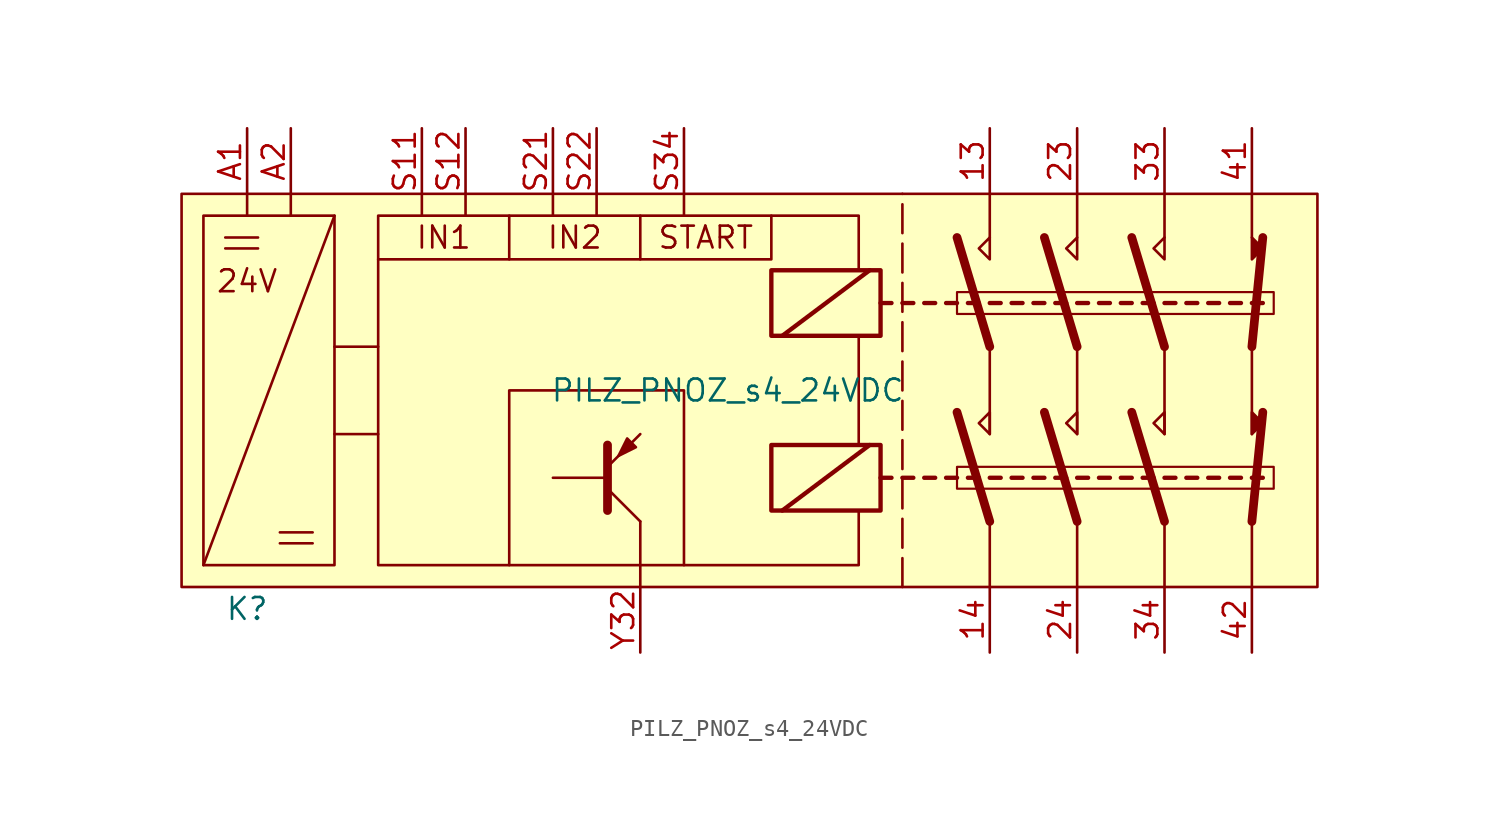
<source format=kicad_sym>
(kicad_symbol_lib
  (version 20241209)
  (generator "kicad_symbol_editor")
  (generator_version "9.0")
  (symbol "PILZ_PNOZ_s4_24VDC"
    (property "Reference" "K"
      (at -27.94 -12.7 0)
      (effects (font (size 1.27 1.27))))
    (property "Value" "PILZ_PNOZ_s4_24VDC"
      (at 0 0 0)
      (effects (font (size 1.27 1.27))))
    (symbol "PILZ_PNOZ_s4_24VDC_0_1"
      (polyline (pts (xy -30.48 -10.16) (xy -22.86 10.16)) (stroke (width 0) (type default)) (fill (type none)))
      (polyline (pts (xy -29.21 8.89) (xy -27.305 8.89)) (stroke (width 0) (type default)) (fill (type none)))
      (polyline (pts (xy -29.21 8.255) (xy -27.305 8.255)) (stroke (width 0) (type default)) (fill (type none)))
      (polyline (pts (xy -27.94 11.43) (xy -27.94 10.16)) (stroke (width 0) (type default)) (fill (type none)))
      (polyline (pts (xy -25.4 11.43) (xy -25.4 10.16)) (stroke (width 0) (type default)) (fill (type none)))
      (polyline (pts (xy -24.13 -8.255) (xy -26.035 -8.255)) (stroke (width 0) (type default)) (fill (type none)))
      (polyline (pts (xy -24.13 -8.89) (xy -26.035 -8.89)) (stroke (width 0) (type default)) (fill (type none)))
      (polyline (pts (xy -22.86 2.54) (xy -20.32 2.54)) (stroke (width 0) (type default)) (fill (type none)))
      (polyline (pts (xy -22.86 -2.54) (xy -20.32 -2.54)) (stroke (width 0) (type default)) (fill (type none)))
      (polyline (pts (xy -20.32 7.62) (xy 2.54 7.62) (xy 2.54 10.16)) (stroke (width 0) (type default)) (fill (type none)))
      (polyline (pts (xy -17.78 11.43) (xy -17.78 10.16)) (stroke (width 0) (type default)) (fill (type none)))
      (polyline (pts (xy -15.24 11.43) (xy -15.24 10.16)) (stroke (width 0) (type default)) (fill (type none)))
      (polyline (pts (xy -12.7 10.16) (xy -12.7 7.62)) (stroke (width 0) (type default)) (fill (type none)))
      (polyline (pts (xy -12.7 -10.16) (xy -12.7 0) (xy -2.54 0) (xy -2.54 -10.16)) (stroke (width 0) (type default)) (fill (type none)))
      (polyline (pts (xy -10.16 11.43) (xy -10.16 10.16)) (stroke (width 0) (type default)) (fill (type none)))
      (polyline (pts (xy -10.16 -5.08) (xy -6.985 -5.08)) (stroke (width 0) (type default)) (fill (type none)))
      (polyline (pts (xy -7.62 11.43) (xy -7.62 10.16)) (stroke (width 0) (type default)) (fill (type none)))
      (polyline (pts (xy -6.985 -4.445) (xy -5.08 -2.54)) (stroke (width 0) (type default)) (fill (type none)))
      (polyline (pts (xy -6.985 -5.715) (xy -5.08 -7.62)) (stroke (width 0) (type default)) (fill (type none)))
      (polyline (pts (xy -6.985 -6.985) (xy -6.985 -3.175)) (stroke (width 0.508) (type default)) (fill (type none)))
      (polyline (pts (xy -5.334 -3.302) (xy -5.842 -2.794) (xy -6.35 -3.81) (xy -5.334 -3.302)) (stroke (width 0) (type default)) (fill (type outline)))
      (polyline (pts (xy -5.08 10.16) (xy -5.08 7.62)) (stroke (width 0) (type default)) (fill (type none)))
      (polyline (pts (xy -5.08 -7.62) (xy -5.08 -10.16)) (stroke (width 0) (type default)) (fill (type none)))
      (polyline (pts (xy -5.08 -11.43) (xy -5.08 -10.16)) (stroke (width 0) (type default)) (fill (type none)))
      (polyline (pts (xy -2.54 11.43) (xy -2.54 10.16)) (stroke (width 0) (type default)) (fill (type none)))
      (polyline (pts (xy 7.62 6.985) (xy 7.62 10.16) (xy -20.32 10.16) (xy -20.32 -10.16) (xy 7.62 -10.16) (xy 7.62 -6.985)) (stroke (width 0) (type default)) (fill (type none)))
      (polyline (pts (xy 7.62 -3.175) (xy 7.62 3.175)) (stroke (width 0) (type default)) (fill (type none)))
      (polyline (pts (xy 8.89 5.08) (xy 9.525 5.08)) (stroke (width 0.254) (type default)) (fill (type none)))
      (polyline (pts (xy 8.89 -5.08) (xy 9.525 -5.08)) (stroke (width 0.254) (type default)) (fill (type none)))
      (polyline (pts (xy 10.16 5.08) (xy 10.795 5.08)) (stroke (width 0.254) (type default)) (fill (type none)))
      (polyline (pts (xy 10.16 -5.08) (xy 10.795 -5.08)) (stroke (width 0.254) (type default)) (fill (type none)))
      (polyline (pts (xy 11.43 5.08) (xy 12.065 5.08)) (stroke (width 0.254) (type default)) (fill (type none)))
      (polyline (pts (xy 11.43 -5.08) (xy 12.065 -5.08)) (stroke (width 0.254) (type default)) (fill (type none)))
      (polyline (pts (xy 12.7 5.08) (xy 13.335 5.08)) (stroke (width 0.254) (type default)) (fill (type none)))
      (polyline (pts (xy 12.7 -5.08) (xy 13.335 -5.08)) (stroke (width 0.254) (type default)) (fill (type none)))
      (rectangle (start 13.335 5.715) (end 31.75 4.445) (stroke (width 0.127) (type solid)) (fill (type none)))
      (rectangle (start 13.335 -4.445) (end 31.75 -5.715) (stroke (width 0.127) (type solid)) (fill (type none)))
      (polyline (pts (xy 13.97 5.08) (xy 14.605 5.08)) (stroke (width 0.254) (type default)) (fill (type none)))
      (polyline (pts (xy 13.97 -5.08) (xy 14.605 -5.08)) (stroke (width 0.254) (type default)) (fill (type none)))
      (polyline (pts (xy 15.24 8.89) (xy 15.24 11.43)) (stroke (width 0) (type default)) (fill (type none)))
      (polyline (pts (xy 15.24 5.08) (xy 15.875 5.08)) (stroke (width 0.254) (type default)) (fill (type none)))
      (polyline (pts (xy 15.24 -5.08) (xy 15.875 -5.08)) (stroke (width 0.254) (type default)) (fill (type none)))
      (polyline (pts (xy 15.24 -11.43) (xy 15.24 -7.62)) (stroke (width 0) (type default)) (fill (type none)))
      (polyline (pts (xy 16.51 5.08) (xy 17.145 5.08)) (stroke (width 0.254) (type default)) (fill (type none)))
      (polyline (pts (xy 16.51 -5.08) (xy 17.145 -5.08)) (stroke (width 0.254) (type default)) (fill (type none)))
      (polyline (pts (xy 17.78 5.08) (xy 18.415 5.08)) (stroke (width 0.254) (type default)) (fill (type none)))
      (polyline (pts (xy 17.78 -5.08) (xy 18.415 -5.08)) (stroke (width 0.254) (type default)) (fill (type none)))
      (polyline (pts (xy 19.05 5.08) (xy 19.685 5.08)) (stroke (width 0.254) (type default)) (fill (type none)))
      (polyline (pts (xy 19.05 -5.08) (xy 19.685 -5.08)) (stroke (width 0.254) (type default)) (fill (type none)))
      (polyline (pts (xy 20.32 8.89) (xy 20.32 11.43)) (stroke (width 0) (type default)) (fill (type none)))
      (polyline (pts (xy 20.32 5.08) (xy 20.955 5.08)) (stroke (width 0.254) (type default)) (fill (type none)))
      (polyline (pts (xy 20.32 -5.08) (xy 20.955 -5.08)) (stroke (width 0.254) (type default)) (fill (type none)))
      (polyline (pts (xy 20.32 -11.43) (xy 20.32 -7.62)) (stroke (width 0) (type default)) (fill (type none)))
      (polyline (pts (xy 21.59 5.08) (xy 22.225 5.08)) (stroke (width 0.254) (type default)) (fill (type none)))
      (polyline (pts (xy 21.59 -5.08) (xy 22.225 -5.08)) (stroke (width 0.254) (type default)) (fill (type none)))
      (polyline (pts (xy 22.86 5.08) (xy 23.495 5.08)) (stroke (width 0.254) (type default)) (fill (type none)))
      (polyline (pts (xy 22.86 -5.08) (xy 23.495 -5.08)) (stroke (width 0.254) (type default)) (fill (type none)))
      (polyline (pts (xy 24.13 5.08) (xy 24.765 5.08)) (stroke (width 0.254) (type default)) (fill (type none)))
      (polyline (pts (xy 24.13 -5.08) (xy 24.765 -5.08)) (stroke (width 0.254) (type default)) (fill (type none)))
      (polyline (pts (xy 25.4 8.89) (xy 25.4 11.43)) (stroke (width 0) (type default)) (fill (type none)))
      (polyline (pts (xy 25.4 5.08) (xy 26.035 5.08)) (stroke (width 0.254) (type default)) (fill (type none)))
      (polyline (pts (xy 25.4 -5.08) (xy 26.035 -5.08)) (stroke (width 0.254) (type default)) (fill (type none)))
      (polyline (pts (xy 25.4 -11.43) (xy 25.4 -7.62)) (stroke (width 0) (type default)) (fill (type none)))
      (polyline (pts (xy 26.67 5.08) (xy 27.305 5.08)) (stroke (width 0.254) (type default)) (fill (type none)))
      (polyline (pts (xy 26.67 -5.08) (xy 27.305 -5.08)) (stroke (width 0.254) (type default)) (fill (type none)))
      (polyline (pts (xy 27.94 5.08) (xy 28.575 5.08)) (stroke (width 0.254) (type default)) (fill (type none)))
      (polyline (pts (xy 27.94 -5.08) (xy 28.575 -5.08)) (stroke (width 0.254) (type default)) (fill (type none)))
      (polyline (pts (xy 29.21 5.08) (xy 29.845 5.08)) (stroke (width 0.254) (type default)) (fill (type none)))
      (polyline (pts (xy 29.21 -5.08) (xy 29.845 -5.08)) (stroke (width 0.254) (type default)) (fill (type none)))
      (polyline (pts (xy 30.48 8.89) (xy 30.48 11.43)) (stroke (width 0) (type default)) (fill (type none)))
      (polyline (pts (xy 30.48 5.08) (xy 31.115 5.08)) (stroke (width 0.254) (type default)) (fill (type none)))
      (polyline (pts (xy 30.48 -5.08) (xy 31.115 -5.08)) (stroke (width 0.254) (type default)) (fill (type none)))
      (polyline (pts (xy 30.48 -11.43) (xy 30.48 -7.62)) (stroke (width 0) (type default)) (fill (type none))))
    (symbol "PILZ_PNOZ_s4_24VDC_1_1"
      (rectangle (start -31.75 11.43) (end 34.29 -11.43) (stroke (width 0) (type solid)) (fill (type background)))
      (rectangle (start -30.48 10.16) (end -22.86 -10.16) (stroke (width 0) (type default)) (fill (type none)))
      (rectangle (start 2.54 6.985) (end 8.89 3.175) (stroke (width 0.254) (type default)) (fill (type none)))
      (rectangle (start 2.54 -3.175) (end 8.89 -6.985) (stroke (width 0.254) (type solid)) (fill (type none)))
      (polyline (pts (xy 8.255 6.985) (xy 3.175 3.175)) (stroke (width 0.254) (type default)) (fill (type none)))
      (polyline (pts (xy 8.255 -3.175) (xy 3.175 -6.985)) (stroke (width 0.254) (type default)) (fill (type none)))
      (polyline (pts (xy 10.16 -11.43) (xy 10.16 11.43)) (stroke (width 0) (type dash)) (fill (type none)))
      (polyline (pts (xy 15.24 7.62) (xy 14.605 8.255) (xy 15.24 8.89) (xy 15.24 7.62)) (stroke (width 0) (type default)) (fill (type none)))
      (polyline (pts (xy 15.24 2.54) (xy 13.335 8.89)) (stroke (width 0.508) (type default)) (fill (type none)))
      (polyline (pts (xy 15.24 2.54) (xy 15.24 -2.54)) (stroke (width 0) (type default)) (fill (type none)))
      (polyline (pts (xy 15.24 -2.54) (xy 14.605 -1.905) (xy 15.24 -1.27) (xy 15.24 -2.54)) (stroke (width 0) (type default)) (fill (type none)))
      (polyline (pts (xy 15.24 -7.62) (xy 13.335 -1.27)) (stroke (width 0.508) (type default)) (fill (type none)))
      (polyline (pts (xy 20.32 7.62) (xy 19.685 8.255) (xy 20.32 8.89) (xy 20.32 7.62)) (stroke (width 0) (type default)) (fill (type none)))
      (polyline (pts (xy 20.32 2.54) (xy 18.415 8.89)) (stroke (width 0.508) (type default)) (fill (type none)))
      (polyline (pts (xy 20.32 2.54) (xy 20.32 -2.54)) (stroke (width 0) (type default)) (fill (type none)))
      (polyline (pts (xy 20.32 -2.54) (xy 19.685 -1.905) (xy 20.32 -1.27) (xy 20.32 -2.54)) (stroke (width 0) (type default)) (fill (type none)))
      (polyline (pts (xy 20.32 -7.62) (xy 18.415 -1.27)) (stroke (width 0.508) (type default)) (fill (type none)))
      (polyline (pts (xy 25.4 7.62) (xy 24.765 8.255) (xy 25.4 8.89) (xy 25.4 7.62)) (stroke (width 0) (type default)) (fill (type none)))
      (polyline (pts (xy 25.4 2.54) (xy 23.495 8.89)) (stroke (width 0.508) (type default)) (fill (type none)))
      (polyline (pts (xy 25.4 2.54) (xy 25.4 -2.54)) (stroke (width 0) (type default)) (fill (type none)))
      (polyline (pts (xy 25.4 -2.54) (xy 24.765 -1.905) (xy 25.4 -1.27) (xy 25.4 -2.54)) (stroke (width 0) (type default)) (fill (type none)))
      (polyline (pts (xy 25.4 -7.62) (xy 23.495 -1.27)) (stroke (width 0.508) (type default)) (fill (type none)))
      (polyline (pts (xy 30.48 7.62) (xy 31.115 8.255) (xy 30.48 8.89) (xy 30.48 7.62)) (stroke (width 0) (type solid)) (fill (type outline)))
      (polyline (pts (xy 30.48 2.54) (xy 30.48 -2.54)) (stroke (width 0) (type default)) (fill (type none)))
      (polyline (pts (xy 30.48 2.54) (xy 31.115 8.89)) (stroke (width 0.508) (type default)) (fill (type none)))
      (polyline (pts (xy 30.48 -2.54) (xy 31.115 -1.905) (xy 30.48 -1.27) (xy 30.48 -2.54)) (stroke (width 0) (type solid)) (fill (type outline)))
      (polyline (pts (xy 30.48 -7.62) (xy 31.115 -1.27)) (stroke (width 0.508) (type default)) (fill (type none)))
      (text "24V" (at -27.94 6.35 0) (effects (font (size 1.27 1.27))))
      (text "IN1" (at -16.51 8.89 0) (effects (font (size 1.27 1.27))))
      (text "IN2" (at -8.89 8.89 0) (effects (font (size 1.27 1.27))))
      (text "START\n" (at -1.27 8.89 0) (effects (font (size 1.27 1.27))))
      (pin power_in line (at -27.94 15.24 270) (length 3.81) (name "" (effects (font (size 1.27 1.27)))) (number "A1" (effects (font (size 1.27 1.27)))))
      (pin power_in line (at -25.4 15.24 270) (length 3.81) (name "" (effects (font (size 1.27 1.27)))) (number "A2" (effects (font (size 1.27 1.27)))))
      (pin input line (at -17.78 15.24 270) (length 3.81) (name "" (effects (font (size 1.27 1.27)))) (number "S11" (effects (font (size 1.27 1.27)))))
      (pin input line (at -15.24 15.24 270) (length 3.81) (name "" (effects (font (size 1.27 1.27)))) (number "S12" (effects (font (size 1.27 1.27)))))
      (pin input line (at -10.16 15.24 270) (length 3.81) (name "" (effects (font (size 1.27 1.27)))) (number "S21" (effects (font (size 1.27 1.27)))))
      (pin input line (at -7.62 15.24 270) (length 3.81) (name "" (effects (font (size 1.27 1.27)))) (number "S22" (effects (font (size 1.27 1.27)))))
      (pin output line (at -5.08 -15.24 90) (length 3.81) (name "" (effects (font (size 1.27 1.27)))) (number "Y32" (effects (font (size 1.27 1.27)))))
      (pin input line (at -2.54 15.24 270) (length 3.81) (name "" (effects (font (size 1.27 1.27)))) (number "S34" (effects (font (size 1.27 1.27)))))
      (pin output line (at 15.24 15.24 270) (length 3.81) (name "" (effects (font (size 1.27 1.27)))) (number "13" (effects (font (size 1.27 1.27)))))
      (pin output line (at 15.24 -15.24 90) (length 3.81) (name "" (effects (font (size 1.27 1.27)))) (number "14" (effects (font (size 1.27 1.27)))))
      (pin output line (at 20.32 15.24 270) (length 3.81) (name "" (effects (font (size 1.27 1.27)))) (number "23" (effects (font (size 1.27 1.27)))))
      (pin output line (at 20.32 -15.24 90) (length 3.81) (name "" (effects (font (size 1.27 1.27)))) (number "24" (effects (font (size 1.27 1.27)))))
      (pin output line (at 25.4 15.24 270) (length 3.81) (name "" (effects (font (size 1.27 1.27)))) (number "33" (effects (font (size 1.27 1.27)))))
      (pin output line (at 25.4 -15.24 90) (length 3.81) (name "" (effects (font (size 1.27 1.27)))) (number "34" (effects (font (size 1.27 1.27)))))
      (pin output line (at 30.48 15.24 270) (length 3.81) (name "" (effects (font (size 1.27 1.27)))) (number "41" (effects (font (size 1.27 1.27)))))
      (pin output line (at 30.48 -15.24 90) (length 3.81) (name "" (effects (font (size 1.27 1.27)))) (number "42" (effects (font (size 1.27 1.27))))))))
</source>
